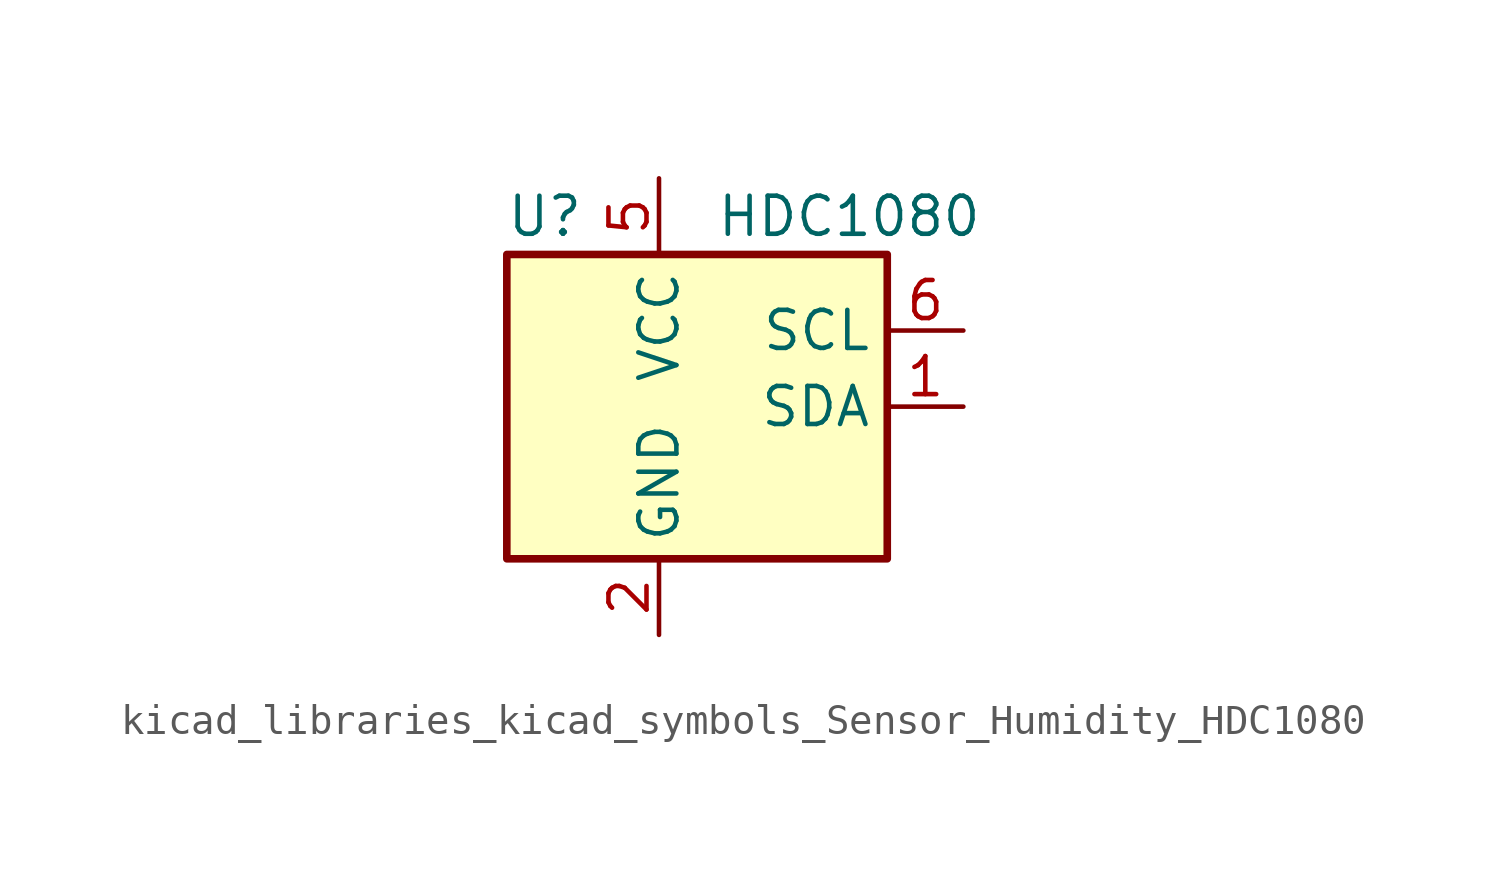
<source format=kicad_sym>
(kicad_symbol_lib
  (version 20220914)
  (generator kicad_symbol_editor)
  (symbol "kicad_libraries_kicad_symbols_Sensor_Humidity_HDC1080"
    (property "Reference" "U"
      (at -6.35 6.35 0)
      (effects (font (size 1.27 1.27))))
    (property "Value" "HDC1080"
      (at 3.81 6.35 0)
      (effects (font (size 1.27 1.27))))
    (symbol "kicad_libraries_kicad_symbols_Sensor_Humidity_HDC1080_0_1"
      (rectangle (start -7.62 5.08) (end 5.08 -5.08) (stroke (width 0.254) (type default)) (fill (type background))))
    (symbol "kicad_libraries_kicad_symbols_Sensor_Humidity_HDC1080_1_1"
      (pin bidirectional line (at 7.62 0 180) (length 2.54) (name "SDA" (effects (font (size 1.27 1.27)))) (number "1" (effects (font (size 1.27 1.27)))))
      (pin power_in line (at -2.54 -7.62 90) (length 2.54) (name "GND" (effects (font (size 1.27 1.27)))) (number "2" (effects (font (size 1.27 1.27)))))
      (pin no_connect line (at -7.62 0 0) (length 2.54) hide (name "NC" (effects (font (size 1.27 1.27)))) (number "3" (effects (font (size 1.27 1.27)))))
      (pin no_connect line (at -7.62 -2.54 0) (length 2.54) hide (name "NC" (effects (font (size 1.27 1.27)))) (number "4" (effects (font (size 1.27 1.27)))))
      (pin power_in line (at -2.54 7.62 270) (length 2.54) (name "VCC" (effects (font (size 1.27 1.27)))) (number "5" (effects (font (size 1.27 1.27)))))
      (pin input line (at 7.62 2.54 180) (length 2.54) (name "SCL" (effects (font (size 1.27 1.27)))) (number "6" (effects (font (size 1.27 1.27)))))
      (pin no_connect line (at -7.62 2.54 0) (length 2.54) hide (name "DAP" (effects (font (size 1.27 1.27)))) (number "7" (effects (font (size 1.27 1.27))))))))
</source>
